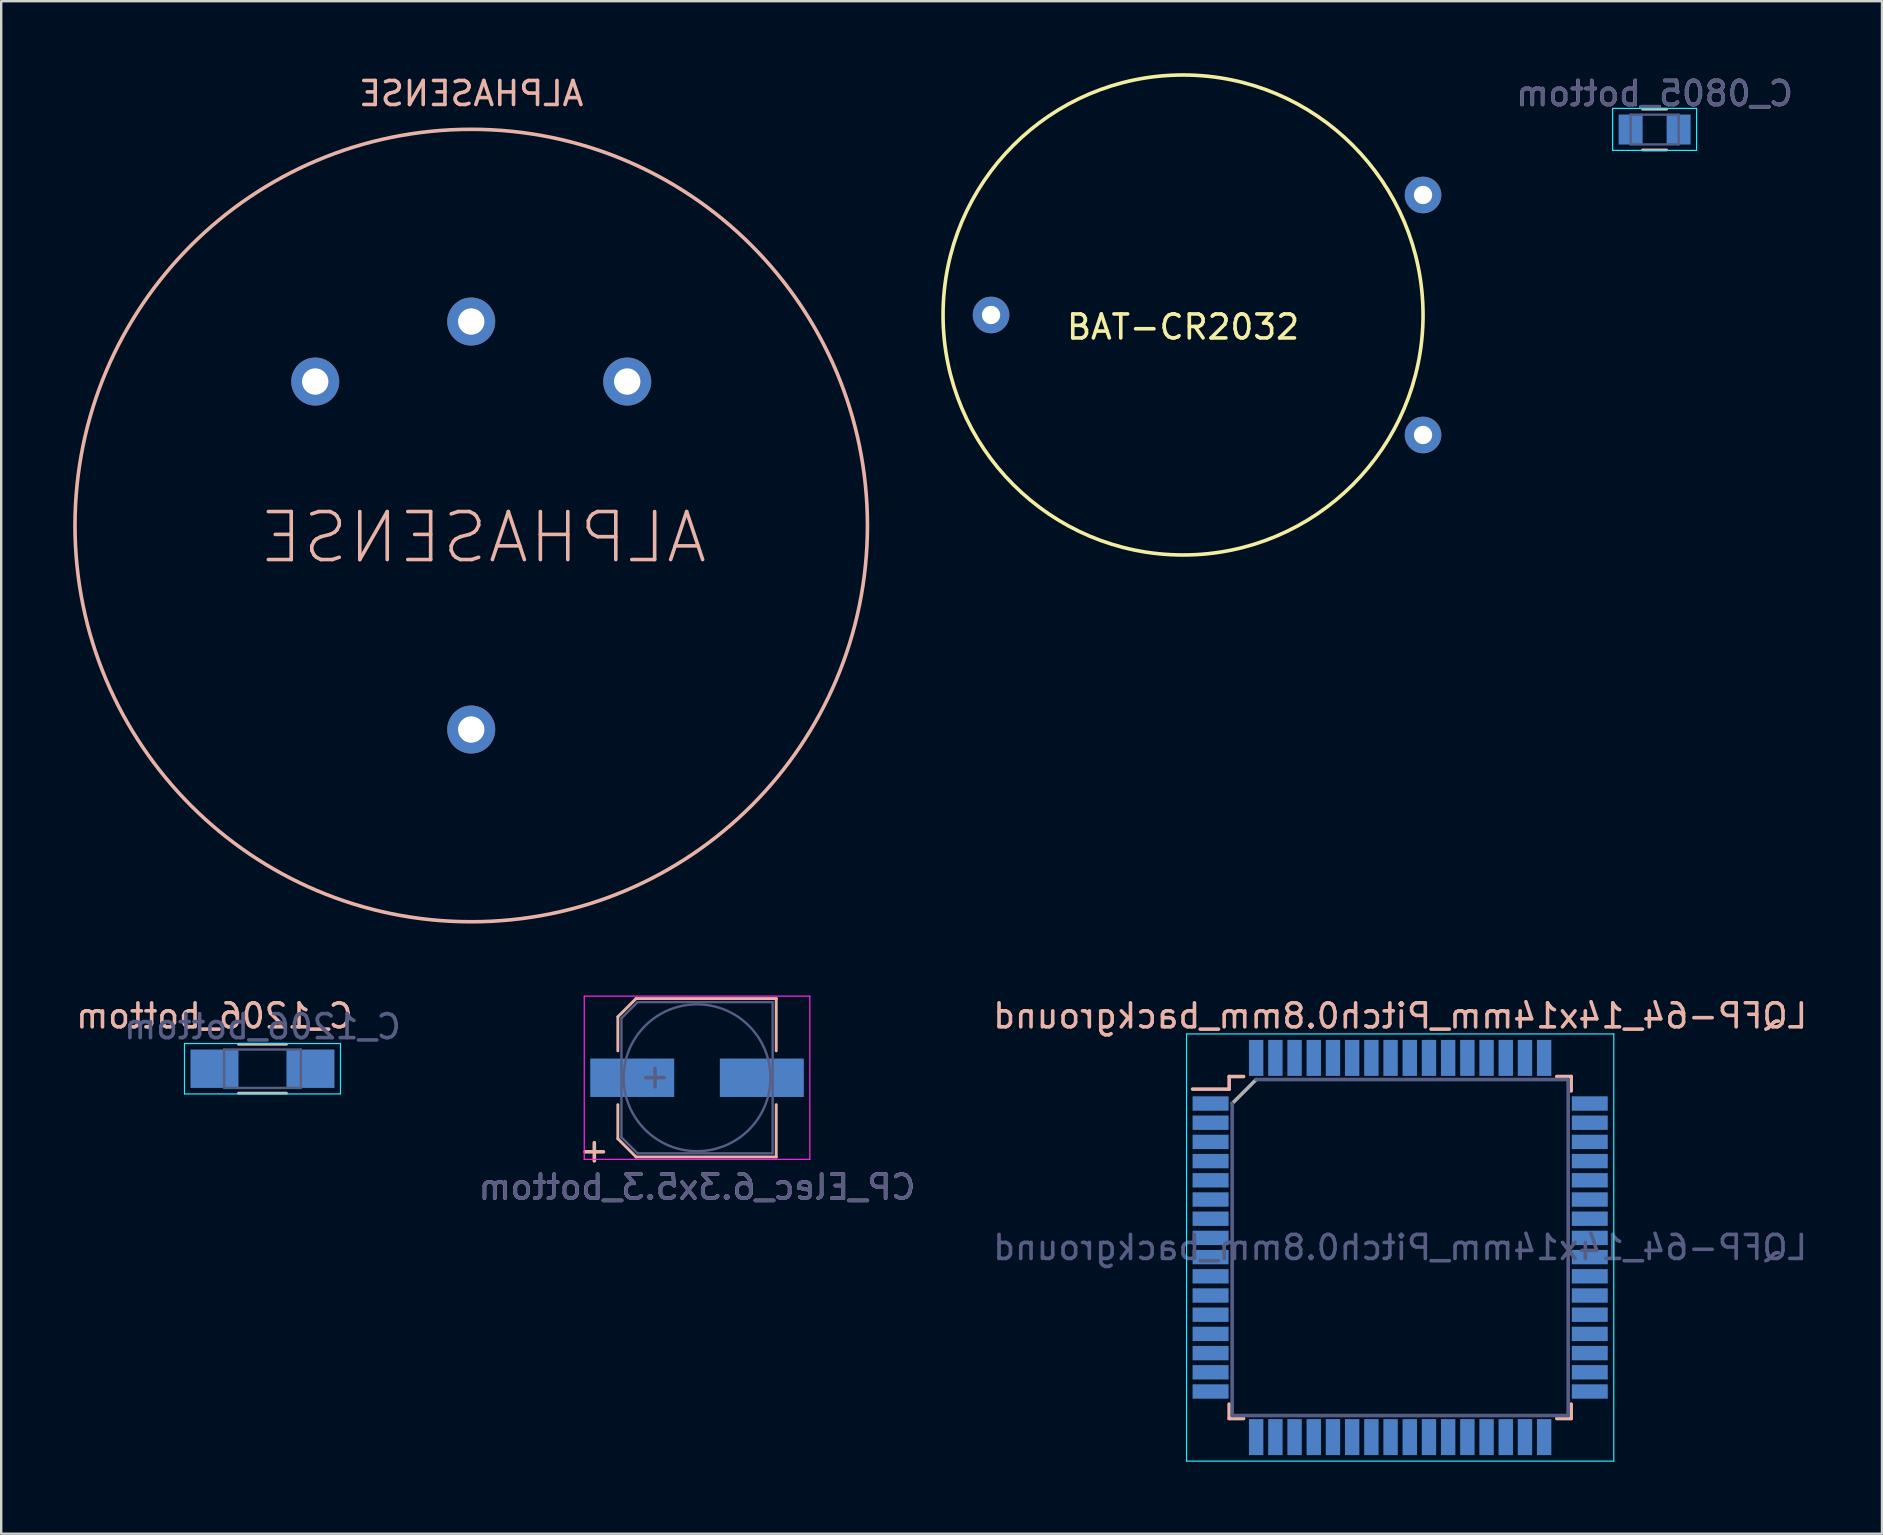
<source format=kicad_pcb>
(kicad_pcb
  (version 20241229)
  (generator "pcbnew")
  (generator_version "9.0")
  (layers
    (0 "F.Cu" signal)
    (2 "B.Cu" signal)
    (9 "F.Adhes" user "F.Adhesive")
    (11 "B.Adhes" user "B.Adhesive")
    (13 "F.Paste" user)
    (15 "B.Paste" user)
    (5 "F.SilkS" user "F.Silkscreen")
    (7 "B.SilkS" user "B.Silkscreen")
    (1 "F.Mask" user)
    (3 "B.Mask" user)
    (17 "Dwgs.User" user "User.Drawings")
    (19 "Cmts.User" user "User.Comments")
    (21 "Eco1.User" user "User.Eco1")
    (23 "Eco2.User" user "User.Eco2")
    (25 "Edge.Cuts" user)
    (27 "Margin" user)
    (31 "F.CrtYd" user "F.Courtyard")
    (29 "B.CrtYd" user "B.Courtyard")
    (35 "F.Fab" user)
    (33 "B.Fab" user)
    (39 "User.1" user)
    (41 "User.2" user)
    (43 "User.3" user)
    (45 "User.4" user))
  (footprint "CP_Elec_6.3x5.3_bottom"
    (layer "F.Cu")
    (at 25.994 41.858)
    (property "Reference" "CP_Elec_6.3x5.3_bottom" (at 0 4.56 0) (layer "B.SilkS") (effects (font (size 1 1) (thickness 0.15)) (justify mirror)))
    (attr smd)
    (fp_line (start -3.3 -2.54) (end -3.3 -1.12) (stroke (width 0.12) (type solid)) (layer "B.SilkS"))
    (fp_line (start -3.3 -2.54) (end -2.54 -3.3) (stroke (width 0.12) (type solid)) (layer "B.SilkS"))
    (fp_line (start -3.3 2.54) (end -3.3 1.12) (stroke (width 0.12) (type solid)) (layer "B.SilkS"))
    (fp_line (start -2.54 -3.3) (end 3.3 -3.3) (stroke (width 0.12) (type solid)) (layer "B.SilkS"))
    (fp_line (start -2.54 3.3) (end -3.3 2.54) (stroke (width 0.12) (type solid)) (layer "B.SilkS"))
    (fp_line (start 3.3 -3.3) (end 3.3 -1.12) (stroke (width 0.12) (type solid)) (layer "B.SilkS"))
    (fp_line (start 3.3 3.3) (end -2.54 3.3) (stroke (width 0.12) (type solid)) (layer "B.SilkS"))
    (fp_line (start 3.3 3.3) (end 3.3 1.12) (stroke (width 0.12) (type solid)) (layer "B.SilkS"))
    (fp_line (start -4.7 -3.4) (end -4.7 3.4) (stroke (width 0.05) (type solid)) (layer "F.CrtYd"))
    (fp_line (start -4.7 -3.4) (end 4.7 -3.4) (stroke (width 0.05) (type solid)) (layer "F.CrtYd"))
    (fp_line (start 4.7 3.4) (end -4.7 3.4) (stroke (width 0.05) (type solid)) (layer "F.CrtYd"))
    (fp_line (start 4.7 3.4) (end 4.7 -3.4) (stroke (width 0.05) (type solid)) (layer "F.CrtYd"))
    (fp_line (start -3.15 -2.48) (end -3.15 2.48) (stroke (width 0.1) (type solid)) (layer "B.Fab"))
    (fp_line (start -3.15 2.48) (end -2.48 3.15) (stroke (width 0.1) (type solid)) (layer "B.Fab"))
    (fp_line (start -2.48 -3.15) (end -3.15 -2.48) (stroke (width 0.1) (type solid)) (layer "B.Fab"))
    (fp_line (start -2.48 3.15) (end 3.15 3.15) (stroke (width 0.1) (type solid)) (layer "B.Fab"))
    (fp_line (start 3.15 -3.15) (end -2.48 -3.15) (stroke (width 0.1) (type solid)) (layer "B.Fab"))
    (fp_line (start 3.15 3.15) (end 3.15 -3.15) (stroke (width 0.1) (type solid)) (layer "B.Fab"))
    (fp_circle (center 0 0) (end 0.6 3) (stroke (width 0.1) (type solid)) (fill no) (layer "B.Fab"))
    (fp_text user "+" (at -4.28 3.01 0) (layer "B.SilkS") (effects (font (size 1 1) (thickness 0.15)) (justify mirror)))
    (fp_text user "+" (at -1.75 -0.08 0) (layer "B.Fab") (effects (font (size 1 1) (thickness 0.15)) (justify mirror)))
    (fp_text user "${REFERENCE}" (at 0 4.56 0) (layer "B.Fab") (effects (font (size 1 1) (thickness 0.15)) (justify mirror)))
    (pad "1" smd rect (at -2.7 0 180) (size 3.5 1.6) (layers "B.Cu" "B.Mask" "B.Paste"))
    (pad "2" smd rect (at 2.7 0 180) (size 3.5 1.6) (layers "B.Cu" "B.Mask" "B.Paste")))
  (footprint "LQFP-64_14x14mm_Pitch0.8mm_background"
    (layer "F.Cu")
    (at 55.292 48.931)
    (property "Reference" "LQFP-64_14x14mm_Pitch0.8mm_background" (at 0 -9.65 0) (layer "B.SilkS") (effects (font (size 1 1) (thickness 0.15)) (justify mirror)))
    (attr smd)
    (fp_line (start -7.125 -7.125) (end -7.125 -6.6) (stroke (width 0.15) (type solid)) (layer "B.SilkS"))
    (fp_line (start -7.125 -7.125) (end -6.525 -7.125) (stroke (width 0.15) (type solid)) (layer "B.SilkS"))
    (fp_line (start -7.125 -6.6) (end -8.65 -6.6) (stroke (width 0.15) (type solid)) (layer "B.SilkS"))
    (fp_line (start -7.125 7.125) (end -7.125 6.525) (stroke (width 0.15) (type solid)) (layer "B.SilkS"))
    (fp_line (start -7.125 7.125) (end -6.525 7.125) (stroke (width 0.15) (type solid)) (layer "B.SilkS"))
    (fp_line (start 7.125 -7.125) (end 6.525 -7.125) (stroke (width 0.15) (type solid)) (layer "B.SilkS"))
    (fp_line (start 7.125 -7.125) (end 7.125 -6.525) (stroke (width 0.15) (type solid)) (layer "B.SilkS"))
    (fp_line (start 7.125 7.125) (end 6.525 7.125) (stroke (width 0.15) (type solid)) (layer "B.SilkS"))
    (fp_line (start 7.125 7.125) (end 7.125 6.525) (stroke (width 0.15) (type solid)) (layer "B.SilkS"))
    (fp_line (start -8.9 -8.9) (end -8.9 8.9) (stroke (width 0.05) (type solid)) (layer "B.CrtYd"))
    (fp_line (start -8.9 -8.9) (end 8.9 -8.9) (stroke (width 0.05) (type solid)) (layer "B.CrtYd"))
    (fp_line (start -8.9 8.9) (end 8.9 8.9) (stroke (width 0.05) (type solid)) (layer "B.CrtYd"))
    (fp_line (start 8.9 -8.9) (end 8.9 8.9) (stroke (width 0.05) (type solid)) (layer "B.CrtYd"))
    (fp_line (start -7 7) (end -7 -6) (stroke (width 0.15) (type solid)) (layer "B.Fab"))
    (fp_line (start -6 -7) (end 7 -7) (stroke (width 0.15) (type solid)) (layer "B.Fab"))
    (fp_line (start 7 -7) (end 7 7) (stroke (width 0.15) (type solid)) (layer "B.Fab"))
    (fp_line (start 7 7) (end -7 7) (stroke (width 0.15) (type solid)) (layer "B.Fab"))
    (fp_line (start -7 -6) (end -6 -7) (stroke (width 0.15) (type solid)) (layer "F.Fab"))
    (fp_text user "${REFERENCE}" (at 0 0 0) (layer "B.Fab") (effects (font (size 1 1) (thickness 0.15)) (justify mirror)))
    (pad "1" smd rect (at -7.9 -6) (size 1.5 0.6) (layers "B.Cu" "B.Mask" "B.Paste"))
    (pad "2" smd rect (at -7.9 -5.2) (size 1.5 0.6) (layers "B.Cu" "B.Mask" "B.Paste"))
    (pad "3" smd rect (at -7.9 -4.4) (size 1.5 0.6) (layers "B.Cu" "B.Mask" "B.Paste"))
    (pad "4" smd rect (at -7.9 -3.6) (size 1.5 0.6) (layers "B.Cu" "B.Mask" "B.Paste"))
    (pad "5" smd rect (at -7.9 -2.8) (size 1.5 0.6) (layers "B.Cu" "B.Mask" "B.Paste"))
    (pad "6" smd rect (at -7.9 -2) (size 1.5 0.6) (layers "B.Cu" "B.Mask" "B.Paste"))
    (pad "7" smd rect (at -7.9 -1.2) (size 1.5 0.6) (layers "B.Cu" "B.Mask" "B.Paste"))
    (pad "8" smd rect (at -7.9 -0.4) (size 1.5 0.6) (layers "B.Cu" "B.Mask" "B.Paste"))
    (pad "9" smd rect (at -7.9 0.4) (size 1.5 0.6) (layers "B.Cu" "B.Mask" "B.Paste"))
    (pad "10" smd rect (at -7.9 1.2) (size 1.5 0.6) (layers "B.Cu" "B.Mask" "B.Paste"))
    (pad "11" smd rect (at -7.9 2) (size 1.5 0.6) (layers "B.Cu" "B.Mask" "B.Paste"))
    (pad "12" smd rect (at -7.9 2.8) (size 1.5 0.6) (layers "B.Cu" "B.Mask" "B.Paste"))
    (pad "13" smd rect (at -7.9 3.6) (size 1.5 0.6) (layers "B.Cu" "B.Mask" "B.Paste"))
    (pad "14" smd rect (at -7.9 4.4) (size 1.5 0.6) (layers "B.Cu" "B.Mask" "B.Paste"))
    (pad "15" smd rect (at -7.9 5.2) (size 1.5 0.6) (layers "B.Cu" "B.Mask" "B.Paste"))
    (pad "16" smd rect (at -7.9 6) (size 1.5 0.6) (layers "B.Cu" "B.Mask" "B.Paste"))
    (pad "17" smd rect (at -6 7.9 90) (size 1.5 0.6) (layers "B.Cu" "B.Mask" "B.Paste"))
    (pad "18" smd rect (at -5.2 7.9 90) (size 1.5 0.6) (layers "B.Cu" "B.Mask" "B.Paste"))
    (pad "19" smd rect (at -4.4 7.9 90) (size 1.5 0.6) (layers "B.Cu" "B.Mask" "B.Paste"))
    (pad "20" smd rect (at -3.6 7.9 90) (size 1.5 0.6) (layers "B.Cu" "B.Mask" "B.Paste"))
    (pad "21" smd rect (at -2.8 7.9 90) (size 1.5 0.6) (layers "B.Cu" "B.Mask" "B.Paste"))
    (pad "22" smd rect (at -2 7.9 90) (size 1.5 0.6) (layers "B.Cu" "B.Mask" "B.Paste"))
    (pad "23" smd rect (at -1.2 7.9 90) (size 1.5 0.6) (layers "B.Cu" "B.Mask" "B.Paste"))
    (pad "24" smd rect (at -0.4 7.9 90) (size 1.5 0.6) (layers "B.Cu" "B.Mask" "B.Paste"))
    (pad "25" smd rect (at 0.4 7.9 90) (size 1.5 0.6) (layers "B.Cu" "B.Mask" "B.Paste"))
    (pad "26" smd rect (at 1.2 7.9 90) (size 1.5 0.6) (layers "B.Cu" "B.Mask" "B.Paste"))
    (pad "27" smd rect (at 2 7.9 90) (size 1.5 0.6) (layers "B.Cu" "B.Mask" "B.Paste"))
    (pad "28" smd rect (at 2.8 7.9 90) (size 1.5 0.6) (layers "B.Cu" "B.Mask" "B.Paste"))
    (pad "29" smd rect (at 3.6 7.9 90) (size 1.5 0.6) (layers "B.Cu" "B.Mask" "B.Paste"))
    (pad "30" smd rect (at 4.4 7.9 90) (size 1.5 0.6) (layers "B.Cu" "B.Mask" "B.Paste"))
    (pad "31" smd rect (at 5.2 7.9 90) (size 1.5 0.6) (layers "B.Cu" "B.Mask" "B.Paste"))
    (pad "32" smd rect (at 6 7.9 90) (size 1.5 0.6) (layers "B.Cu" "B.Mask" "B.Paste"))
    (pad "33" smd rect (at 7.9 6) (size 1.5 0.6) (layers "B.Cu" "B.Mask" "B.Paste"))
    (pad "34" smd rect (at 7.9 5.2) (size 1.5 0.6) (layers "B.Cu" "B.Mask" "B.Paste"))
    (pad "35" smd rect (at 7.9 4.4) (size 1.5 0.6) (layers "B.Cu" "B.Mask" "B.Paste"))
    (pad "36" smd rect (at 7.9 3.6) (size 1.5 0.6) (layers "B.Cu" "B.Mask" "B.Paste"))
    (pad "37" smd rect (at 7.9 2.8) (size 1.5 0.6) (layers "B.Cu" "B.Mask" "B.Paste"))
    (pad "38" smd rect (at 7.9 2) (size 1.5 0.6) (layers "B.Cu" "B.Mask" "B.Paste"))
    (pad "39" smd rect (at 7.9 1.2) (size 1.5 0.6) (layers "B.Cu" "B.Mask" "B.Paste"))
    (pad "40" smd rect (at 7.9 0.4) (size 1.5 0.6) (layers "B.Cu" "B.Mask" "B.Paste"))
    (pad "41" smd rect (at 7.9 -0.4) (size 1.5 0.6) (layers "B.Cu" "B.Mask" "B.Paste"))
    (pad "42" smd rect (at 7.9 -1.2) (size 1.5 0.6) (layers "B.Cu" "B.Mask" "B.Paste"))
    (pad "43" smd rect (at 7.9 -2) (size 1.5 0.6) (layers "B.Cu" "B.Mask" "B.Paste"))
    (pad "44" smd rect (at 7.9 -2.8) (size 1.5 0.6) (layers "B.Cu" "B.Mask" "B.Paste"))
    (pad "45" smd rect (at 7.9 -3.6) (size 1.5 0.6) (layers "B.Cu" "B.Mask" "B.Paste"))
    (pad "46" smd rect (at 7.9 -4.4) (size 1.5 0.6) (layers "B.Cu" "B.Mask" "B.Paste"))
    (pad "47" smd rect (at 7.9 -5.2) (size 1.5 0.6) (layers "B.Cu" "B.Mask" "B.Paste"))
    (pad "48" smd rect (at 7.9 -6) (size 1.5 0.6) (layers "B.Cu" "B.Mask" "B.Paste"))
    (pad "49" smd rect (at 6 -7.9 90) (size 1.5 0.6) (layers "B.Cu" "B.Mask" "B.Paste"))
    (pad "50" smd rect (at 5.2 -7.9 90) (size 1.5 0.6) (layers "B.Cu" "B.Mask" "B.Paste"))
    (pad "51" smd rect (at 4.4 -7.9 90) (size 1.5 0.6) (layers "B.Cu" "B.Mask" "B.Paste"))
    (pad "52" smd rect (at 3.6 -7.9 90) (size 1.5 0.6) (layers "B.Cu" "B.Mask" "B.Paste"))
    (pad "53" smd rect (at 2.8 -7.9 90) (size 1.5 0.6) (layers "B.Cu" "B.Mask" "B.Paste"))
    (pad "54" smd rect (at 2 -7.9 90) (size 1.5 0.6) (layers "B.Cu" "B.Mask" "B.Paste"))
    (pad "55" smd rect (at 1.2 -7.9 90) (size 1.5 0.6) (layers "B.Cu" "B.Mask" "B.Paste"))
    (pad "56" smd rect (at 0.4 -7.9 90) (size 1.5 0.6) (layers "B.Cu" "B.Mask" "B.Paste"))
    (pad "57" smd rect (at -0.4 -7.9 90) (size 1.5 0.6) (layers "B.Cu" "B.Mask" "B.Paste"))
    (pad "58" smd rect (at -1.2 -7.9 90) (size 1.5 0.6) (layers "B.Cu" "B.Mask" "B.Paste"))
    (pad "59" smd rect (at -2 -7.9 90) (size 1.5 0.6) (layers "B.Cu" "B.Mask" "B.Paste"))
    (pad "60" smd rect (at -2.8 -7.9 90) (size 1.5 0.6) (layers "B.Cu" "B.Mask" "B.Paste"))
    (pad "61" smd rect (at -3.6 -7.9 90) (size 1.5 0.6) (layers "B.Cu" "B.Mask" "B.Paste"))
    (pad "62" smd rect (at -4.4 -7.9 90) (size 1.5 0.6) (layers "B.Cu" "B.Mask" "B.Paste"))
    (pad "63" smd rect (at -5.2 -7.9 90) (size 1.5 0.6) (layers "B.Cu" "B.Mask" "B.Paste"))
    (pad "64" smd rect (at -6 -7.9 90) (size 1.5 0.6) (layers "B.Cu" "B.Mask" "B.Paste")))
  (footprint "BAT-CR2032"
    (layer "F.Cu")
    (at 46.245 10.075)
    (property "Reference" "BAT-CR2032" (at 0 0.5 0) (layer "F.SilkS") (effects (font (size 1 1) (thickness 0.15))))
    (attr through_hole)
    (fp_circle (center 0 0) (end 10 0) (stroke (width 0.15) (type solid)) (fill no) (layer "F.SilkS"))
    (pad "1" thru_hole circle (at 10 -5) (size 1.524 1.524) (drill 0.762) (layers "*.Cu" "*.Mask"))
    (pad "2" thru_hole circle (at 10 5) (size 1.524 1.524) (drill 0.762) (layers "*.Cu" "*.Mask"))
    (pad "3" thru_hole circle (at -8 0) (size 1.524 1.524) (drill 0.762) (layers "*.Cu" "*.Mask")))
  (footprint "C_0805_bottom"
    (layer "F.Cu")
    (at 65.894 2.348)
    (property "Reference" "C_0805_bottom" (at 0 -1.5 0) (layer "B.SilkS") (effects (font (size 1 1) (thickness 0.15)) (justify mirror)))
    (attr smd)
    (fp_line (start -0.5 0.85) (end 0.5 0.85) (stroke (width 0.12) (type solid)) (layer "B.SilkS"))
    (fp_line (start 0.5 -0.85) (end -0.5 -0.85) (stroke (width 0.12) (type solid)) (layer "B.SilkS"))
    (fp_line (start -1.75 -0.88) (end -1.75 0.87) (stroke (width 0.05) (type solid)) (layer "B.CrtYd"))
    (fp_line (start -1.75 -0.88) (end 1.75 -0.88) (stroke (width 0.05) (type solid)) (layer "B.CrtYd"))
    (fp_line (start 1.75 0.87) (end -1.75 0.87) (stroke (width 0.05) (type solid)) (layer "B.CrtYd"))
    (fp_line (start 1.75 0.87) (end 1.75 -0.88) (stroke (width 0.05) (type solid)) (layer "B.CrtYd"))
    (fp_line (start -1 -0.62) (end 1 -0.62) (stroke (width 0.1) (type solid)) (layer "B.Fab"))
    (fp_line (start -1 0.62) (end -1 -0.62) (stroke (width 0.1) (type solid)) (layer "B.Fab"))
    (fp_line (start 1 -0.62) (end 1 0.62) (stroke (width 0.1) (type solid)) (layer "B.Fab"))
    (fp_line (start 1 0.62) (end -1 0.62) (stroke (width 0.1) (type solid)) (layer "B.Fab"))
    (fp_text user "${REFERENCE}" (at 0 -1.5 0) (layer "B.Fab") (effects (font (size 1 1) (thickness 0.15)) (justify mirror)))
    (pad "1" smd rect (at -1 0) (size 1 1.25) (layers "B.Cu" "B.Mask" "B.Paste"))
    (pad "2" smd rect (at 1 0) (size 1 1.25) (layers "B.Cu" "B.Mask" "B.Paste")))
  (footprint "C_1206_bottom"
    (layer "F.Cu")
    (at 7.887 41.481)
    (property "Reference" "C_1206_bottom" (at -2 -2.2 0) (layer "B.SilkS") (effects (font (size 1 1) (thickness 0.15)) (justify mirror)))
    (attr smd)
    (fp_line (start -1 1.02) (end 1 1.02) (stroke (width 0.12) (type solid)) (layer "B.SilkS"))
    (fp_line (start 1 -1.02) (end -1 -1.02) (stroke (width 0.12) (type solid)) (layer "B.SilkS"))
    (fp_line (start -3.25 -1.05) (end -3.25 1.05) (stroke (width 0.05) (type solid)) (layer "B.CrtYd"))
    (fp_line (start -3.25 -1.05) (end 3.25 -1.05) (stroke (width 0.05) (type solid)) (layer "B.CrtYd"))
    (fp_line (start 3.25 1.05) (end -3.25 1.05) (stroke (width 0.05) (type solid)) (layer "B.CrtYd"))
    (fp_line (start 3.25 1.05) (end 3.25 -1.05) (stroke (width 0.05) (type solid)) (layer "B.CrtYd"))
    (fp_line (start -1.6 -0.8) (end 1.6 -0.8) (stroke (width 0.1) (type solid)) (layer "B.Fab"))
    (fp_line (start -1.6 0.8) (end -1.6 -0.8) (stroke (width 0.1) (type solid)) (layer "B.Fab"))
    (fp_line (start 1.6 -0.8) (end 1.6 0.8) (stroke (width 0.1) (type solid)) (layer "B.Fab"))
    (fp_line (start 1.6 0.8) (end -1.6 0.8) (stroke (width 0.1) (type solid)) (layer "B.Fab"))
    (fp_text user "${REFERENCE}" (at 0 -1.75 0) (layer "B.Fab") (effects (font (size 1 1) (thickness 0.15)) (justify mirror)))
    (pad "1" smd rect (at -2 0) (size 2 1.6) (layers "B.Cu" "B.Mask" "B.Paste"))
    (pad "2" smd rect (at 2 0) (size 2 1.6) (layers "B.Cu" "B.Mask" "B.Paste")))
  (footprint "ALPHASENSE"
    (layer "F.Cu")
    (at 16.585 18.848)
    (property "Reference" "ALPHASENSE" (at 0 -18 0) (layer "B.SilkS") (effects (font (size 1 1) (thickness 0.15)) (justify mirror)))
    (attr through_hole)
    (fp_circle (center 0 0) (end 16.51 0) (stroke (width 0.15) (type solid)) (fill no) (layer "B.SilkS"))
    (fp_text user "ALPHASENSE" (at 0.5 0.5 0) (layer "B.SilkS") (effects (font (size 2 2) (thickness 0.15)) (justify mirror)))
    (pad "1" thru_hole circle (at 6.5 -6) (size 2 2) (drill 1.1) (layers "*.Cu" "*.Mask"))
    (pad "2" thru_hole circle (at 0 -8.5) (size 2 2) (drill 1.1) (layers "*.Cu" "*.Mask"))
    (pad "3" thru_hole circle (at -6.5 -6) (size 2 2) (drill 1.1) (layers "*.Cu" "*.Mask"))
    (pad "4" thru_hole circle (at 0 8.5) (size 2 2) (drill 1.1) (layers "*.Cu" "*.Mask")))
  (gr_rect
    (start -3 -3)
    (end 75.369 60.856)
    (stroke (width 0.1) (type default))
    (fill no)
    (layer "Edge.Cuts")))
</source>
